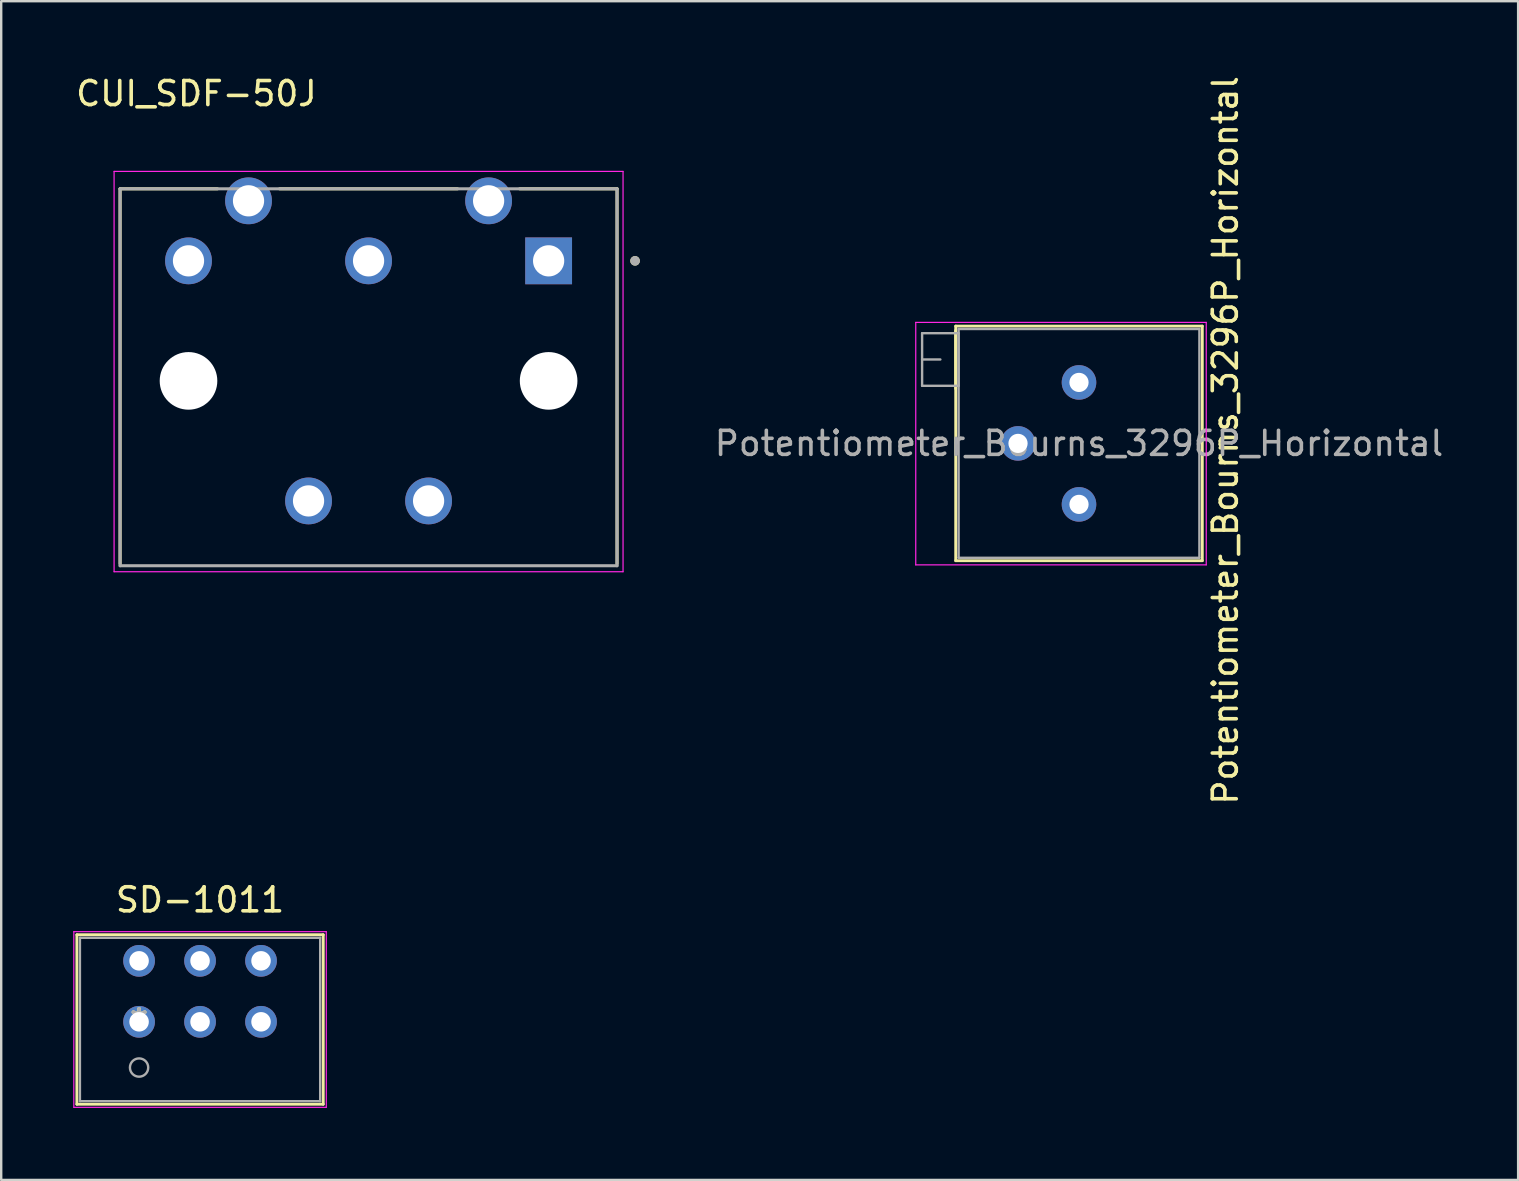
<source format=kicad_pcb>
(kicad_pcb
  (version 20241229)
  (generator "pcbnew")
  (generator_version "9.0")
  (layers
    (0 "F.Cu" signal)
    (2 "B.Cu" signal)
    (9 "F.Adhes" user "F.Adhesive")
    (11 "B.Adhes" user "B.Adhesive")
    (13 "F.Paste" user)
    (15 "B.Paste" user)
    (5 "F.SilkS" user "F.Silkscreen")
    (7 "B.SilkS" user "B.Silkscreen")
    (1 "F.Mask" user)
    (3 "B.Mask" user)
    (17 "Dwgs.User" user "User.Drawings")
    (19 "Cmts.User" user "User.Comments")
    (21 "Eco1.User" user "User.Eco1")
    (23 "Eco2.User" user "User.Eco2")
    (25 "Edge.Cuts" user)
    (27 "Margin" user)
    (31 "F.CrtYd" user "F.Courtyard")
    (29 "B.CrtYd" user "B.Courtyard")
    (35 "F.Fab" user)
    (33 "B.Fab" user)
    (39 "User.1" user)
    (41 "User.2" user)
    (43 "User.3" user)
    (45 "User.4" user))
  (footprint "Potentiometer_Bourns_3296P_Horizontal"
    (layer "F.Cu")
    (at 41.894 12.879)
    (property "Reference" "Potentiometer_Bourns_3296P_Horizontal" (at 6.096 2.413 270) (layer "F.SilkS") (effects (font (size 1 1) (thickness 0.15))))
    (attr through_hole)
    (fp_line (start -5.136 -2.169) (end -5.136 0.26) (stroke (width 0.12) (type solid)) (layer "F.SilkS"))
    (fp_line (start -5.135 -2.345) (end -5.135 7.425) (stroke (width 0.12) (type solid)) (layer "F.SilkS"))
    (fp_line (start -5.135 -2.345) (end 5.135 -2.345) (stroke (width 0.12) (type solid)) (layer "F.SilkS"))
    (fp_line (start -5.135 7.425) (end 5.135 7.425) (stroke (width 0.12) (type solid)) (layer "F.SilkS"))
    (fp_line (start 5.135 -2.345) (end 5.135 7.425) (stroke (width 0.12) (type solid)) (layer "F.SilkS"))
    (fp_line (start -6.8 -2.5) (end -6.8 7.6) (stroke (width 0.05) (type solid)) (layer "F.CrtYd"))
    (fp_line (start -6.8 7.6) (end 5.3 7.6) (stroke (width 0.05) (type solid)) (layer "F.CrtYd"))
    (fp_line (start 5.3 -2.5) (end -6.8 -2.5) (stroke (width 0.05) (type solid)) (layer "F.CrtYd"))
    (fp_line (start 5.3 7.6) (end 5.3 -2.5) (stroke (width 0.05) (type solid)) (layer "F.CrtYd"))
    (fp_line (start -6.535 -2.05) (end -6.535 0.14) (stroke (width 0.1) (type solid)) (layer "F.Fab"))
    (fp_line (start -6.535 -0.955) (end -5.775 -0.955) (stroke (width 0.1) (type solid)) (layer "F.Fab"))
    (fp_line (start -6.535 0.14) (end -5.015 0.14) (stroke (width 0.1) (type solid)) (layer "F.Fab"))
    (fp_line (start -5.015 -2.225) (end -5.015 7.305) (stroke (width 0.1) (type solid)) (layer "F.Fab"))
    (fp_line (start -5.015 -2.05) (end -6.535 -2.05) (stroke (width 0.1) (type solid)) (layer "F.Fab"))
    (fp_line (start -5.015 0.14) (end -5.015 -2.05) (stroke (width 0.1) (type solid)) (layer "F.Fab"))
    (fp_line (start -5.015 7.305) (end 5.015 7.305) (stroke (width 0.1) (type solid)) (layer "F.Fab"))
    (fp_line (start 5.015 -2.225) (end -5.015 -2.225) (stroke (width 0.1) (type solid)) (layer "F.Fab"))
    (fp_line (start 5.015 7.305) (end 5.015 -2.225) (stroke (width 0.1) (type solid)) (layer "F.Fab"))
    (fp_text user "${REFERENCE}" (at 0 2.54 180) (layer "F.Fab") (effects (font (size 1 1) (thickness 0.15))))
    (pad "1" thru_hole circle (at 0 0) (size 1.44 1.44) (drill 0.8) (layers "*.Cu" "*.Mask"))
    (pad "2" thru_hole circle (at -2.54 2.54) (size 1.44 1.44) (drill 0.8) (layers "*.Cu" "*.Mask"))
    (pad "3" thru_hole circle (at 0 5.08) (size 1.44 1.44) (drill 0.8) (layers "*.Cu" "*.Mask")))
  (footprint "SD-1011"
    (layer "F.Cu")
    (at 5.283 39.512)
    (property "Reference" "SD-1011" (at 0 -5.08 0) (layer "F.SilkS") (effects (font (size 1 1) (thickness 0.15))))
    (attr through_hole)
    (fp_line (start -5.131 -3.627) (end -5.131 3.434) (stroke (width 0.12) (type solid)) (layer "F.SilkS"))
    (fp_line (start -5.131 3.434) (end 5.131 3.434) (stroke (width 0.12) (type solid)) (layer "F.SilkS"))
    (fp_line (start 5.131 -3.627) (end -5.131 -3.627) (stroke (width 0.12) (type solid)) (layer "F.SilkS"))
    (fp_line (start 5.131 3.434) (end 5.131 -3.627) (stroke (width 0.12) (type solid)) (layer "F.SilkS"))
    (fp_line (start -5.258 -3.754) (end -5.258 3.561) (stroke (width 0.05) (type solid)) (layer "F.CrtYd"))
    (fp_line (start -5.258 3.561) (end 5.258 3.561) (stroke (width 0.05) (type solid)) (layer "F.CrtYd"))
    (fp_line (start 5.258 -3.754) (end -5.258 -3.754) (stroke (width 0.05) (type solid)) (layer "F.CrtYd"))
    (fp_line (start 5.258 3.561) (end 5.258 -3.754) (stroke (width 0.05) (type solid)) (layer "F.CrtYd"))
    (fp_line (start -5.004 -3.5) (end -5.004 3.307) (stroke (width 0.1) (type solid)) (layer "F.Fab"))
    (fp_line (start -5.004 3.307) (end 5.004 3.307) (stroke (width 0.1) (type solid)) (layer "F.Fab"))
    (fp_line (start 5.004 -3.5) (end -5.004 -3.5) (stroke (width 0.1) (type solid)) (layer "F.Fab"))
    (fp_line (start 5.004 3.307) (end 5.004 -3.5) (stroke (width 0.1) (type solid)) (layer "F.Fab"))
    (fp_circle (center -2.54 1.905) (end -2.159 1.905) (stroke (width 0.1) (type solid)) (fill no) (layer "F.Fab"))
    (fp_text user "*" (at -2.54 0 0) (layer "F.SilkS") (effects (font (size 1 1) (thickness 0.15))))
    (fp_text user "*" (at -2.54 0 0) (layer "F.Fab") (effects (font (size 1 1) (thickness 0.15))))
    (pad "1" thru_hole circle (at -2.54 0) (size 1.321 1.321) (drill 0.813) (layers "*.Cu" "*.Mask"))
    (pad "2" thru_hole circle (at 2.54 -2.54) (size 1.321 1.321) (drill 0.813) (layers "*.Cu" "*.Mask"))
    (pad "4" thru_hole circle (at 2.54 0) (size 1.321 1.321) (drill 0.813) (layers "*.Cu" "*.Mask"))
    (pad "8" thru_hole circle (at -2.54 -2.54) (size 1.321 1.321) (drill 0.813) (layers "*.Cu" "*.Mask"))
    (pad "C" thru_hole circle (at 0 -2.54) (size 1.321 1.321) (drill 0.813) (layers "*.Cu" "*.Mask"))
    (pad "C" thru_hole circle (at 0 0) (size 1.321 1.321) (drill 0.813) (layers "*.Cu" "*.Mask")))
  (footprint "CUI_SDF-50J"
    (layer "F.Cu")
    (at 12.302 12.815)
    (property "Reference" "CUI_SDF-50J" (at -7.171 -11.966 0) (layer "F.SilkS") (effects (font (size 1.001 1.001) (thickness 0.15))))
    (attr through_hole)
    (fp_line (start -10.35 -8) (end -6.295 -8) (stroke (width 0.127) (type solid)) (layer "F.SilkS"))
    (fp_line (start -10.35 7.62) (end -10.35 -8) (stroke (width 0.127) (type solid)) (layer "F.SilkS"))
    (fp_line (start -3.705 -8) (end 3.705 -8) (stroke (width 0.127) (type solid)) (layer "F.SilkS"))
    (fp_line (start 6.295 -8) (end 10.35 -8) (stroke (width 0.127) (type solid)) (layer "F.SilkS"))
    (fp_line (start 10.35 -8) (end 10.35 7.62) (stroke (width 0.127) (type solid)) (layer "F.SilkS"))
    (fp_circle (center 11.1 -5) (end 11.2 -5) (stroke (width 0.2) (type solid)) (fill no) (layer "F.SilkS"))
    (fp_line (start -10.6 -8.725) (end -10.6 7.95) (stroke (width 0.05) (type solid)) (layer "F.CrtYd"))
    (fp_line (start -10.6 7.95) (end 10.6 7.95) (stroke (width 0.05) (type solid)) (layer "F.CrtYd"))
    (fp_line (start 10.6 -8.725) (end -10.6 -8.725) (stroke (width 0.05) (type solid)) (layer "F.CrtYd"))
    (fp_line (start 10.6 7.95) (end 10.6 -8.725) (stroke (width 0.05) (type solid)) (layer "F.CrtYd"))
    (fp_line (start -10.35 -8) (end 10.35 -8) (stroke (width 0.127) (type solid)) (layer "F.Fab"))
    (fp_line (start -10.35 7.7) (end -10.35 -8) (stroke (width 0.127) (type solid)) (layer "F.Fab"))
    (fp_line (start 10.35 -8) (end 10.35 7.7) (stroke (width 0.127) (type solid)) (layer "F.Fab"))
    (fp_line (start 10.35 7.7) (end -10.35 7.7) (stroke (width 0.127) (type solid)) (layer "F.Fab"))
    (fp_circle (center 11.1 -5) (end 11.2 -5) (stroke (width 0.2) (type solid)) (fill no) (layer "F.Fab"))
    (pad "" np_thru_hole circle (at -7.5 0) (size 2.4 2.4) (drill 2.4) (layers "*.Cu" "*.Mask"))
    (pad "" np_thru_hole circle (at 7.5 0) (size 2.4 2.4) (drill 2.4) (layers "*.Cu" "*.Mask"))
    (pad "1" thru_hole rect (at 7.5 -5) (size 1.95 1.95) (drill 1.3) (layers "*.Cu" "*.Mask"))
    (pad "2" thru_hole circle (at 0 -5) (size 1.95 1.95) (drill 1.3) (layers "*.Cu" "*.Mask"))
    (pad "3" thru_hole circle (at -7.5 -5) (size 1.95 1.95) (drill 1.3) (layers "*.Cu" "*.Mask"))
    (pad "4" thru_hole circle (at 5 -7.5) (size 1.95 1.95) (drill 1.3) (layers "*.Cu" "*.Mask"))
    (pad "5" thru_hole circle (at -5 -7.5) (size 1.95 1.95) (drill 1.3) (layers "*.Cu" "*.Mask"))
    (pad "S1" thru_hole circle (at 2.5 5) (size 1.95 1.95) (drill 1.3) (layers "*.Cu" "*.Mask"))
    (pad "S2" thru_hole circle (at -2.5 5) (size 1.95 1.95) (drill 1.3) (layers "*.Cu" "*.Mask")))
  (gr_rect
    (start -3 -3)
    (end 60.185 46.098)
    (stroke (width 0.1) (type default))
    (fill no)
    (layer "Edge.Cuts")))
</source>
